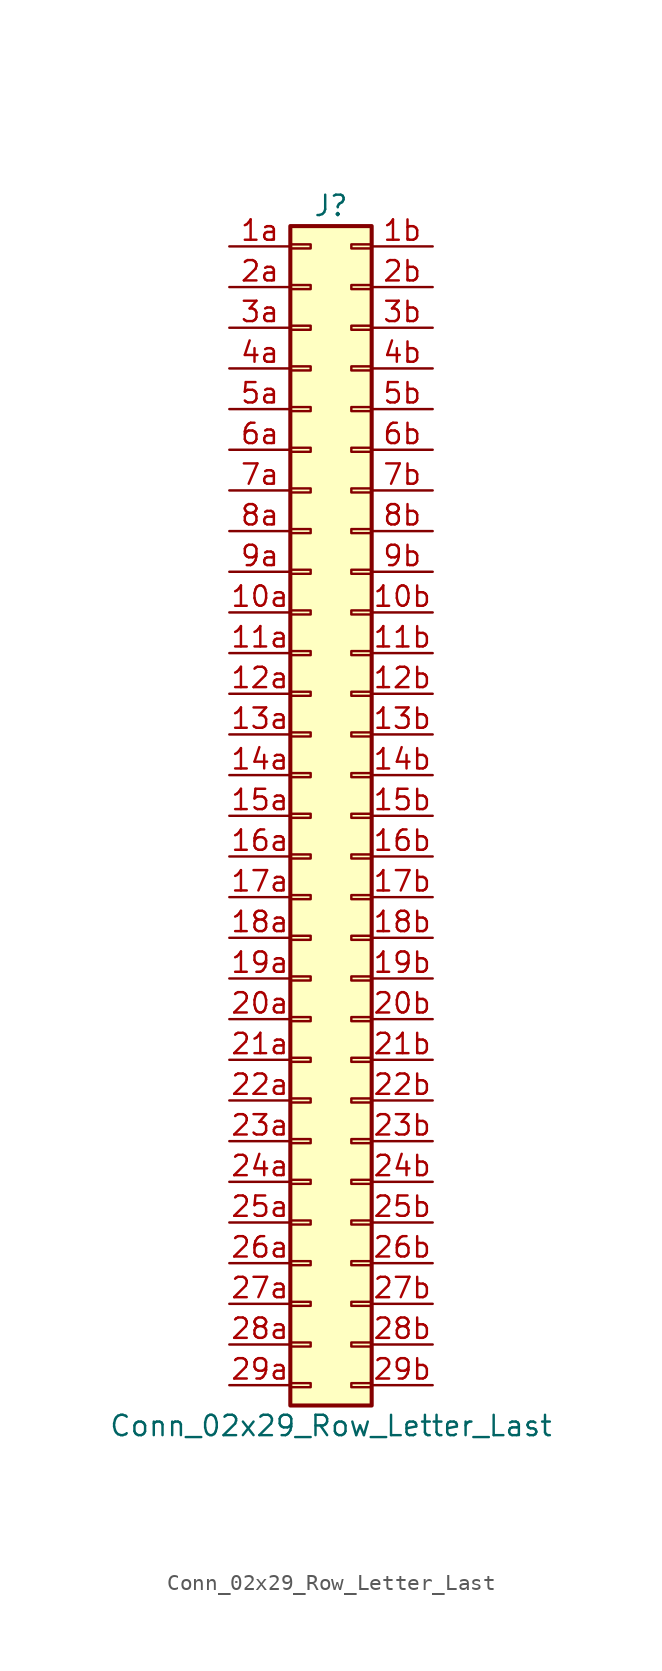
<source format=kicad_sym>
(kicad_symbol_lib
  (version 20220914)
  (generator kicad_symbol_editor)
  (symbol "Conn_02x29_Row_Letter_Last"
    (pin_names
      (offset 1.016) hide)
    (property "Reference" "J"
      (at 1.27 38.1 0)
      (effects (font (size 1.27 1.27))))
    (property "Value" "Conn_02x29_Row_Letter_Last"
      (at 1.27 -38.1 0)
      (effects (font (size 1.27 1.27))))
    (symbol "Conn_02x29_Row_Letter_Last_1_1"
      (rectangle (start -1.27 -35.433) (end 0 -35.687) (stroke (width 0.152) (type solid)) (fill (type none)))
      (rectangle (start -1.27 -32.893) (end 0 -33.147) (stroke (width 0.152) (type solid)) (fill (type none)))
      (rectangle (start -1.27 -30.353) (end 0 -30.607) (stroke (width 0.152) (type solid)) (fill (type none)))
      (rectangle (start -1.27 -27.813) (end 0 -28.067) (stroke (width 0.152) (type solid)) (fill (type none)))
      (rectangle (start -1.27 -25.273) (end 0 -25.527) (stroke (width 0.152) (type solid)) (fill (type none)))
      (rectangle (start -1.27 -22.733) (end 0 -22.987) (stroke (width 0.152) (type solid)) (fill (type none)))
      (rectangle (start -1.27 -20.193) (end 0 -20.447) (stroke (width 0.152) (type solid)) (fill (type none)))
      (rectangle (start -1.27 -17.653) (end 0 -17.907) (stroke (width 0.152) (type solid)) (fill (type none)))
      (rectangle (start -1.27 -15.113) (end 0 -15.367) (stroke (width 0.152) (type solid)) (fill (type none)))
      (rectangle (start -1.27 -12.573) (end 0 -12.827) (stroke (width 0.152) (type solid)) (fill (type none)))
      (rectangle (start -1.27 -10.033) (end 0 -10.287) (stroke (width 0.152) (type solid)) (fill (type none)))
      (rectangle (start -1.27 -7.493) (end 0 -7.747) (stroke (width 0.152) (type solid)) (fill (type none)))
      (rectangle (start -1.27 -4.953) (end 0 -5.207) (stroke (width 0.152) (type solid)) (fill (type none)))
      (rectangle (start -1.27 -2.413) (end 0 -2.667) (stroke (width 0.152) (type solid)) (fill (type none)))
      (rectangle (start -1.27 0.127) (end 0 -0.127) (stroke (width 0.152) (type solid)) (fill (type none)))
      (rectangle (start -1.27 2.667) (end 0 2.413) (stroke (width 0.152) (type solid)) (fill (type none)))
      (rectangle (start -1.27 5.207) (end 0 4.953) (stroke (width 0.152) (type solid)) (fill (type none)))
      (rectangle (start -1.27 7.747) (end 0 7.493) (stroke (width 0.152) (type solid)) (fill (type none)))
      (rectangle (start -1.27 10.287) (end 0 10.033) (stroke (width 0.152) (type solid)) (fill (type none)))
      (rectangle (start -1.27 12.827) (end 0 12.573) (stroke (width 0.152) (type solid)) (fill (type none)))
      (rectangle (start -1.27 15.367) (end 0 15.113) (stroke (width 0.152) (type solid)) (fill (type none)))
      (rectangle (start -1.27 17.907) (end 0 17.653) (stroke (width 0.152) (type solid)) (fill (type none)))
      (rectangle (start -1.27 20.447) (end 0 20.193) (stroke (width 0.152) (type solid)) (fill (type none)))
      (rectangle (start -1.27 22.987) (end 0 22.733) (stroke (width 0.152) (type solid)) (fill (type none)))
      (rectangle (start -1.27 25.527) (end 0 25.273) (stroke (width 0.152) (type solid)) (fill (type none)))
      (rectangle (start -1.27 28.067) (end 0 27.813) (stroke (width 0.152) (type solid)) (fill (type none)))
      (rectangle (start -1.27 30.607) (end 0 30.353) (stroke (width 0.152) (type solid)) (fill (type none)))
      (rectangle (start -1.27 33.147) (end 0 32.893) (stroke (width 0.152) (type solid)) (fill (type none)))
      (rectangle (start -1.27 35.687) (end 0 35.433) (stroke (width 0.152) (type solid)) (fill (type none)))
      (rectangle (start -1.27 36.83) (end 3.81 -36.83) (stroke (width 0.254) (type solid)) (fill (type background)))
      (rectangle (start 3.81 -35.433) (end 2.54 -35.687) (stroke (width 0.152) (type solid)) (fill (type none)))
      (rectangle (start 3.81 -32.893) (end 2.54 -33.147) (stroke (width 0.152) (type solid)) (fill (type none)))
      (rectangle (start 3.81 -30.353) (end 2.54 -30.607) (stroke (width 0.152) (type solid)) (fill (type none)))
      (rectangle (start 3.81 -27.813) (end 2.54 -28.067) (stroke (width 0.152) (type solid)) (fill (type none)))
      (rectangle (start 3.81 -25.273) (end 2.54 -25.527) (stroke (width 0.152) (type solid)) (fill (type none)))
      (rectangle (start 3.81 -22.733) (end 2.54 -22.987) (stroke (width 0.152) (type solid)) (fill (type none)))
      (rectangle (start 3.81 -20.193) (end 2.54 -20.447) (stroke (width 0.152) (type solid)) (fill (type none)))
      (rectangle (start 3.81 -17.653) (end 2.54 -17.907) (stroke (width 0.152) (type solid)) (fill (type none)))
      (rectangle (start 3.81 -15.113) (end 2.54 -15.367) (stroke (width 0.152) (type solid)) (fill (type none)))
      (rectangle (start 3.81 -12.573) (end 2.54 -12.827) (stroke (width 0.152) (type solid)) (fill (type none)))
      (rectangle (start 3.81 -10.033) (end 2.54 -10.287) (stroke (width 0.152) (type solid)) (fill (type none)))
      (rectangle (start 3.81 -7.493) (end 2.54 -7.747) (stroke (width 0.152) (type solid)) (fill (type none)))
      (rectangle (start 3.81 -4.953) (end 2.54 -5.207) (stroke (width 0.152) (type solid)) (fill (type none)))
      (rectangle (start 3.81 -2.413) (end 2.54 -2.667) (stroke (width 0.152) (type solid)) (fill (type none)))
      (rectangle (start 3.81 0.127) (end 2.54 -0.127) (stroke (width 0.152) (type solid)) (fill (type none)))
      (rectangle (start 3.81 2.667) (end 2.54 2.413) (stroke (width 0.152) (type solid)) (fill (type none)))
      (rectangle (start 3.81 5.207) (end 2.54 4.953) (stroke (width 0.152) (type solid)) (fill (type none)))
      (rectangle (start 3.81 7.747) (end 2.54 7.493) (stroke (width 0.152) (type solid)) (fill (type none)))
      (rectangle (start 3.81 10.287) (end 2.54 10.033) (stroke (width 0.152) (type solid)) (fill (type none)))
      (rectangle (start 3.81 12.827) (end 2.54 12.573) (stroke (width 0.152) (type solid)) (fill (type none)))
      (rectangle (start 3.81 15.367) (end 2.54 15.113) (stroke (width 0.152) (type solid)) (fill (type none)))
      (rectangle (start 3.81 17.907) (end 2.54 17.653) (stroke (width 0.152) (type solid)) (fill (type none)))
      (rectangle (start 3.81 20.447) (end 2.54 20.193) (stroke (width 0.152) (type solid)) (fill (type none)))
      (rectangle (start 3.81 22.987) (end 2.54 22.733) (stroke (width 0.152) (type solid)) (fill (type none)))
      (rectangle (start 3.81 25.527) (end 2.54 25.273) (stroke (width 0.152) (type solid)) (fill (type none)))
      (rectangle (start 3.81 28.067) (end 2.54 27.813) (stroke (width 0.152) (type solid)) (fill (type none)))
      (rectangle (start 3.81 30.607) (end 2.54 30.353) (stroke (width 0.152) (type solid)) (fill (type none)))
      (rectangle (start 3.81 33.147) (end 2.54 32.893) (stroke (width 0.152) (type solid)) (fill (type none)))
      (rectangle (start 3.81 35.687) (end 2.54 35.433) (stroke (width 0.152) (type solid)) (fill (type none)))
      (pin passive line (at -5.08 12.7 0) (length 3.81) (name "Pin_10a" (effects (font (size 1.27 1.27)))) (number "10a" (effects (font (size 1.27 1.27)))))
      (pin passive line (at 7.62 12.7 180) (length 3.81) (name "Pin_10b" (effects (font (size 1.27 1.27)))) (number "10b" (effects (font (size 1.27 1.27)))))
      (pin passive line (at -5.08 10.16 0) (length 3.81) (name "Pin_11a" (effects (font (size 1.27 1.27)))) (number "11a" (effects (font (size 1.27 1.27)))))
      (pin passive line (at 7.62 10.16 180) (length 3.81) (name "Pin_11b" (effects (font (size 1.27 1.27)))) (number "11b" (effects (font (size 1.27 1.27)))))
      (pin passive line (at -5.08 7.62 0) (length 3.81) (name "Pin_12a" (effects (font (size 1.27 1.27)))) (number "12a" (effects (font (size 1.27 1.27)))))
      (pin passive line (at 7.62 7.62 180) (length 3.81) (name "Pin_12b" (effects (font (size 1.27 1.27)))) (number "12b" (effects (font (size 1.27 1.27)))))
      (pin passive line (at -5.08 5.08 0) (length 3.81) (name "Pin_13a" (effects (font (size 1.27 1.27)))) (number "13a" (effects (font (size 1.27 1.27)))))
      (pin passive line (at 7.62 5.08 180) (length 3.81) (name "Pin_13b" (effects (font (size 1.27 1.27)))) (number "13b" (effects (font (size 1.27 1.27)))))
      (pin passive line (at -5.08 2.54 0) (length 3.81) (name "Pin_14a" (effects (font (size 1.27 1.27)))) (number "14a" (effects (font (size 1.27 1.27)))))
      (pin passive line (at 7.62 2.54 180) (length 3.81) (name "Pin_14b" (effects (font (size 1.27 1.27)))) (number "14b" (effects (font (size 1.27 1.27)))))
      (pin passive line (at -5.08 0 0) (length 3.81) (name "Pin_15a" (effects (font (size 1.27 1.27)))) (number "15a" (effects (font (size 1.27 1.27)))))
      (pin passive line (at 7.62 0 180) (length 3.81) (name "Pin_15b" (effects (font (size 1.27 1.27)))) (number "15b" (effects (font (size 1.27 1.27)))))
      (pin passive line (at -5.08 -2.54 0) (length 3.81) (name "Pin_16a" (effects (font (size 1.27 1.27)))) (number "16a" (effects (font (size 1.27 1.27)))))
      (pin passive line (at 7.62 -2.54 180) (length 3.81) (name "Pin_16b" (effects (font (size 1.27 1.27)))) (number "16b" (effects (font (size 1.27 1.27)))))
      (pin passive line (at -5.08 -5.08 0) (length 3.81) (name "Pin_17a" (effects (font (size 1.27 1.27)))) (number "17a" (effects (font (size 1.27 1.27)))))
      (pin passive line (at 7.62 -5.08 180) (length 3.81) (name "Pin_17b" (effects (font (size 1.27 1.27)))) (number "17b" (effects (font (size 1.27 1.27)))))
      (pin passive line (at -5.08 -7.62 0) (length 3.81) (name "Pin_18a" (effects (font (size 1.27 1.27)))) (number "18a" (effects (font (size 1.27 1.27)))))
      (pin passive line (at 7.62 -7.62 180) (length 3.81) (name "Pin_18b" (effects (font (size 1.27 1.27)))) (number "18b" (effects (font (size 1.27 1.27)))))
      (pin passive line (at -5.08 -10.16 0) (length 3.81) (name "Pin_19a" (effects (font (size 1.27 1.27)))) (number "19a" (effects (font (size 1.27 1.27)))))
      (pin passive line (at 7.62 -10.16 180) (length 3.81) (name "Pin_19b" (effects (font (size 1.27 1.27)))) (number "19b" (effects (font (size 1.27 1.27)))))
      (pin passive line (at -5.08 35.56 0) (length 3.81) (name "Pin_1a" (effects (font (size 1.27 1.27)))) (number "1a" (effects (font (size 1.27 1.27)))))
      (pin passive line (at 7.62 35.56 180) (length 3.81) (name "Pin_1b" (effects (font (size 1.27 1.27)))) (number "1b" (effects (font (size 1.27 1.27)))))
      (pin passive line (at -5.08 -12.7 0) (length 3.81) (name "Pin_20a" (effects (font (size 1.27 1.27)))) (number "20a" (effects (font (size 1.27 1.27)))))
      (pin passive line (at 7.62 -12.7 180) (length 3.81) (name "Pin_20b" (effects (font (size 1.27 1.27)))) (number "20b" (effects (font (size 1.27 1.27)))))
      (pin passive line (at -5.08 -15.24 0) (length 3.81) (name "Pin_21a" (effects (font (size 1.27 1.27)))) (number "21a" (effects (font (size 1.27 1.27)))))
      (pin passive line (at 7.62 -15.24 180) (length 3.81) (name "Pin_21b" (effects (font (size 1.27 1.27)))) (number "21b" (effects (font (size 1.27 1.27)))))
      (pin passive line (at -5.08 -17.78 0) (length 3.81) (name "Pin_22a" (effects (font (size 1.27 1.27)))) (number "22a" (effects (font (size 1.27 1.27)))))
      (pin passive line (at 7.62 -17.78 180) (length 3.81) (name "Pin_22b" (effects (font (size 1.27 1.27)))) (number "22b" (effects (font (size 1.27 1.27)))))
      (pin passive line (at -5.08 -20.32 0) (length 3.81) (name "Pin_23a" (effects (font (size 1.27 1.27)))) (number "23a" (effects (font (size 1.27 1.27)))))
      (pin passive line (at 7.62 -20.32 180) (length 3.81) (name "Pin_23b" (effects (font (size 1.27 1.27)))) (number "23b" (effects (font (size 1.27 1.27)))))
      (pin passive line (at -5.08 -22.86 0) (length 3.81) (name "Pin_24a" (effects (font (size 1.27 1.27)))) (number "24a" (effects (font (size 1.27 1.27)))))
      (pin passive line (at 7.62 -22.86 180) (length 3.81) (name "Pin_24b" (effects (font (size 1.27 1.27)))) (number "24b" (effects (font (size 1.27 1.27)))))
      (pin passive line (at -5.08 -25.4 0) (length 3.81) (name "Pin_25a" (effects (font (size 1.27 1.27)))) (number "25a" (effects (font (size 1.27 1.27)))))
      (pin passive line (at 7.62 -25.4 180) (length 3.81) (name "Pin_25b" (effects (font (size 1.27 1.27)))) (number "25b" (effects (font (size 1.27 1.27)))))
      (pin passive line (at -5.08 -27.94 0) (length 3.81) (name "Pin_26a" (effects (font (size 1.27 1.27)))) (number "26a" (effects (font (size 1.27 1.27)))))
      (pin passive line (at 7.62 -27.94 180) (length 3.81) (name "Pin_26b" (effects (font (size 1.27 1.27)))) (number "26b" (effects (font (size 1.27 1.27)))))
      (pin passive line (at -5.08 -30.48 0) (length 3.81) (name "Pin_27a" (effects (font (size 1.27 1.27)))) (number "27a" (effects (font (size 1.27 1.27)))))
      (pin passive line (at 7.62 -30.48 180) (length 3.81) (name "Pin_27b" (effects (font (size 1.27 1.27)))) (number "27b" (effects (font (size 1.27 1.27)))))
      (pin passive line (at -5.08 -33.02 0) (length 3.81) (name "Pin_28a" (effects (font (size 1.27 1.27)))) (number "28a" (effects (font (size 1.27 1.27)))))
      (pin passive line (at 7.62 -33.02 180) (length 3.81) (name "Pin_28b" (effects (font (size 1.27 1.27)))) (number "28b" (effects (font (size 1.27 1.27)))))
      (pin passive line (at -5.08 -35.56 0) (length 3.81) (name "Pin_29a" (effects (font (size 1.27 1.27)))) (number "29a" (effects (font (size 1.27 1.27)))))
      (pin passive line (at 7.62 -35.56 180) (length 3.81) (name "Pin_29b" (effects (font (size 1.27 1.27)))) (number "29b" (effects (font (size 1.27 1.27)))))
      (pin passive line (at -5.08 33.02 0) (length 3.81) (name "Pin_2a" (effects (font (size 1.27 1.27)))) (number "2a" (effects (font (size 1.27 1.27)))))
      (pin passive line (at 7.62 33.02 180) (length 3.81) (name "Pin_2b" (effects (font (size 1.27 1.27)))) (number "2b" (effects (font (size 1.27 1.27)))))
      (pin passive line (at -5.08 30.48 0) (length 3.81) (name "Pin_3a" (effects (font (size 1.27 1.27)))) (number "3a" (effects (font (size 1.27 1.27)))))
      (pin passive line (at 7.62 30.48 180) (length 3.81) (name "Pin_3b" (effects (font (size 1.27 1.27)))) (number "3b" (effects (font (size 1.27 1.27)))))
      (pin passive line (at -5.08 27.94 0) (length 3.81) (name "Pin_4a" (effects (font (size 1.27 1.27)))) (number "4a" (effects (font (size 1.27 1.27)))))
      (pin passive line (at 7.62 27.94 180) (length 3.81) (name "Pin_4b" (effects (font (size 1.27 1.27)))) (number "4b" (effects (font (size 1.27 1.27)))))
      (pin passive line (at -5.08 25.4 0) (length 3.81) (name "Pin_5a" (effects (font (size 1.27 1.27)))) (number "5a" (effects (font (size 1.27 1.27)))))
      (pin passive line (at 7.62 25.4 180) (length 3.81) (name "Pin_5b" (effects (font (size 1.27 1.27)))) (number "5b" (effects (font (size 1.27 1.27)))))
      (pin passive line (at -5.08 22.86 0) (length 3.81) (name "Pin_6a" (effects (font (size 1.27 1.27)))) (number "6a" (effects (font (size 1.27 1.27)))))
      (pin passive line (at 7.62 22.86 180) (length 3.81) (name "Pin_6b" (effects (font (size 1.27 1.27)))) (number "6b" (effects (font (size 1.27 1.27)))))
      (pin passive line (at -5.08 20.32 0) (length 3.81) (name "Pin_7a" (effects (font (size 1.27 1.27)))) (number "7a" (effects (font (size 1.27 1.27)))))
      (pin passive line (at 7.62 20.32 180) (length 3.81) (name "Pin_7b" (effects (font (size 1.27 1.27)))) (number "7b" (effects (font (size 1.27 1.27)))))
      (pin passive line (at -5.08 17.78 0) (length 3.81) (name "Pin_8a" (effects (font (size 1.27 1.27)))) (number "8a" (effects (font (size 1.27 1.27)))))
      (pin passive line (at 7.62 17.78 180) (length 3.81) (name "Pin_8b" (effects (font (size 1.27 1.27)))) (number "8b" (effects (font (size 1.27 1.27)))))
      (pin passive line (at -5.08 15.24 0) (length 3.81) (name "Pin_9a" (effects (font (size 1.27 1.27)))) (number "9a" (effects (font (size 1.27 1.27)))))
      (pin passive line (at 7.62 15.24 180) (length 3.81) (name "Pin_9b" (effects (font (size 1.27 1.27)))) (number "9b" (effects (font (size 1.27 1.27))))))))
</source>
